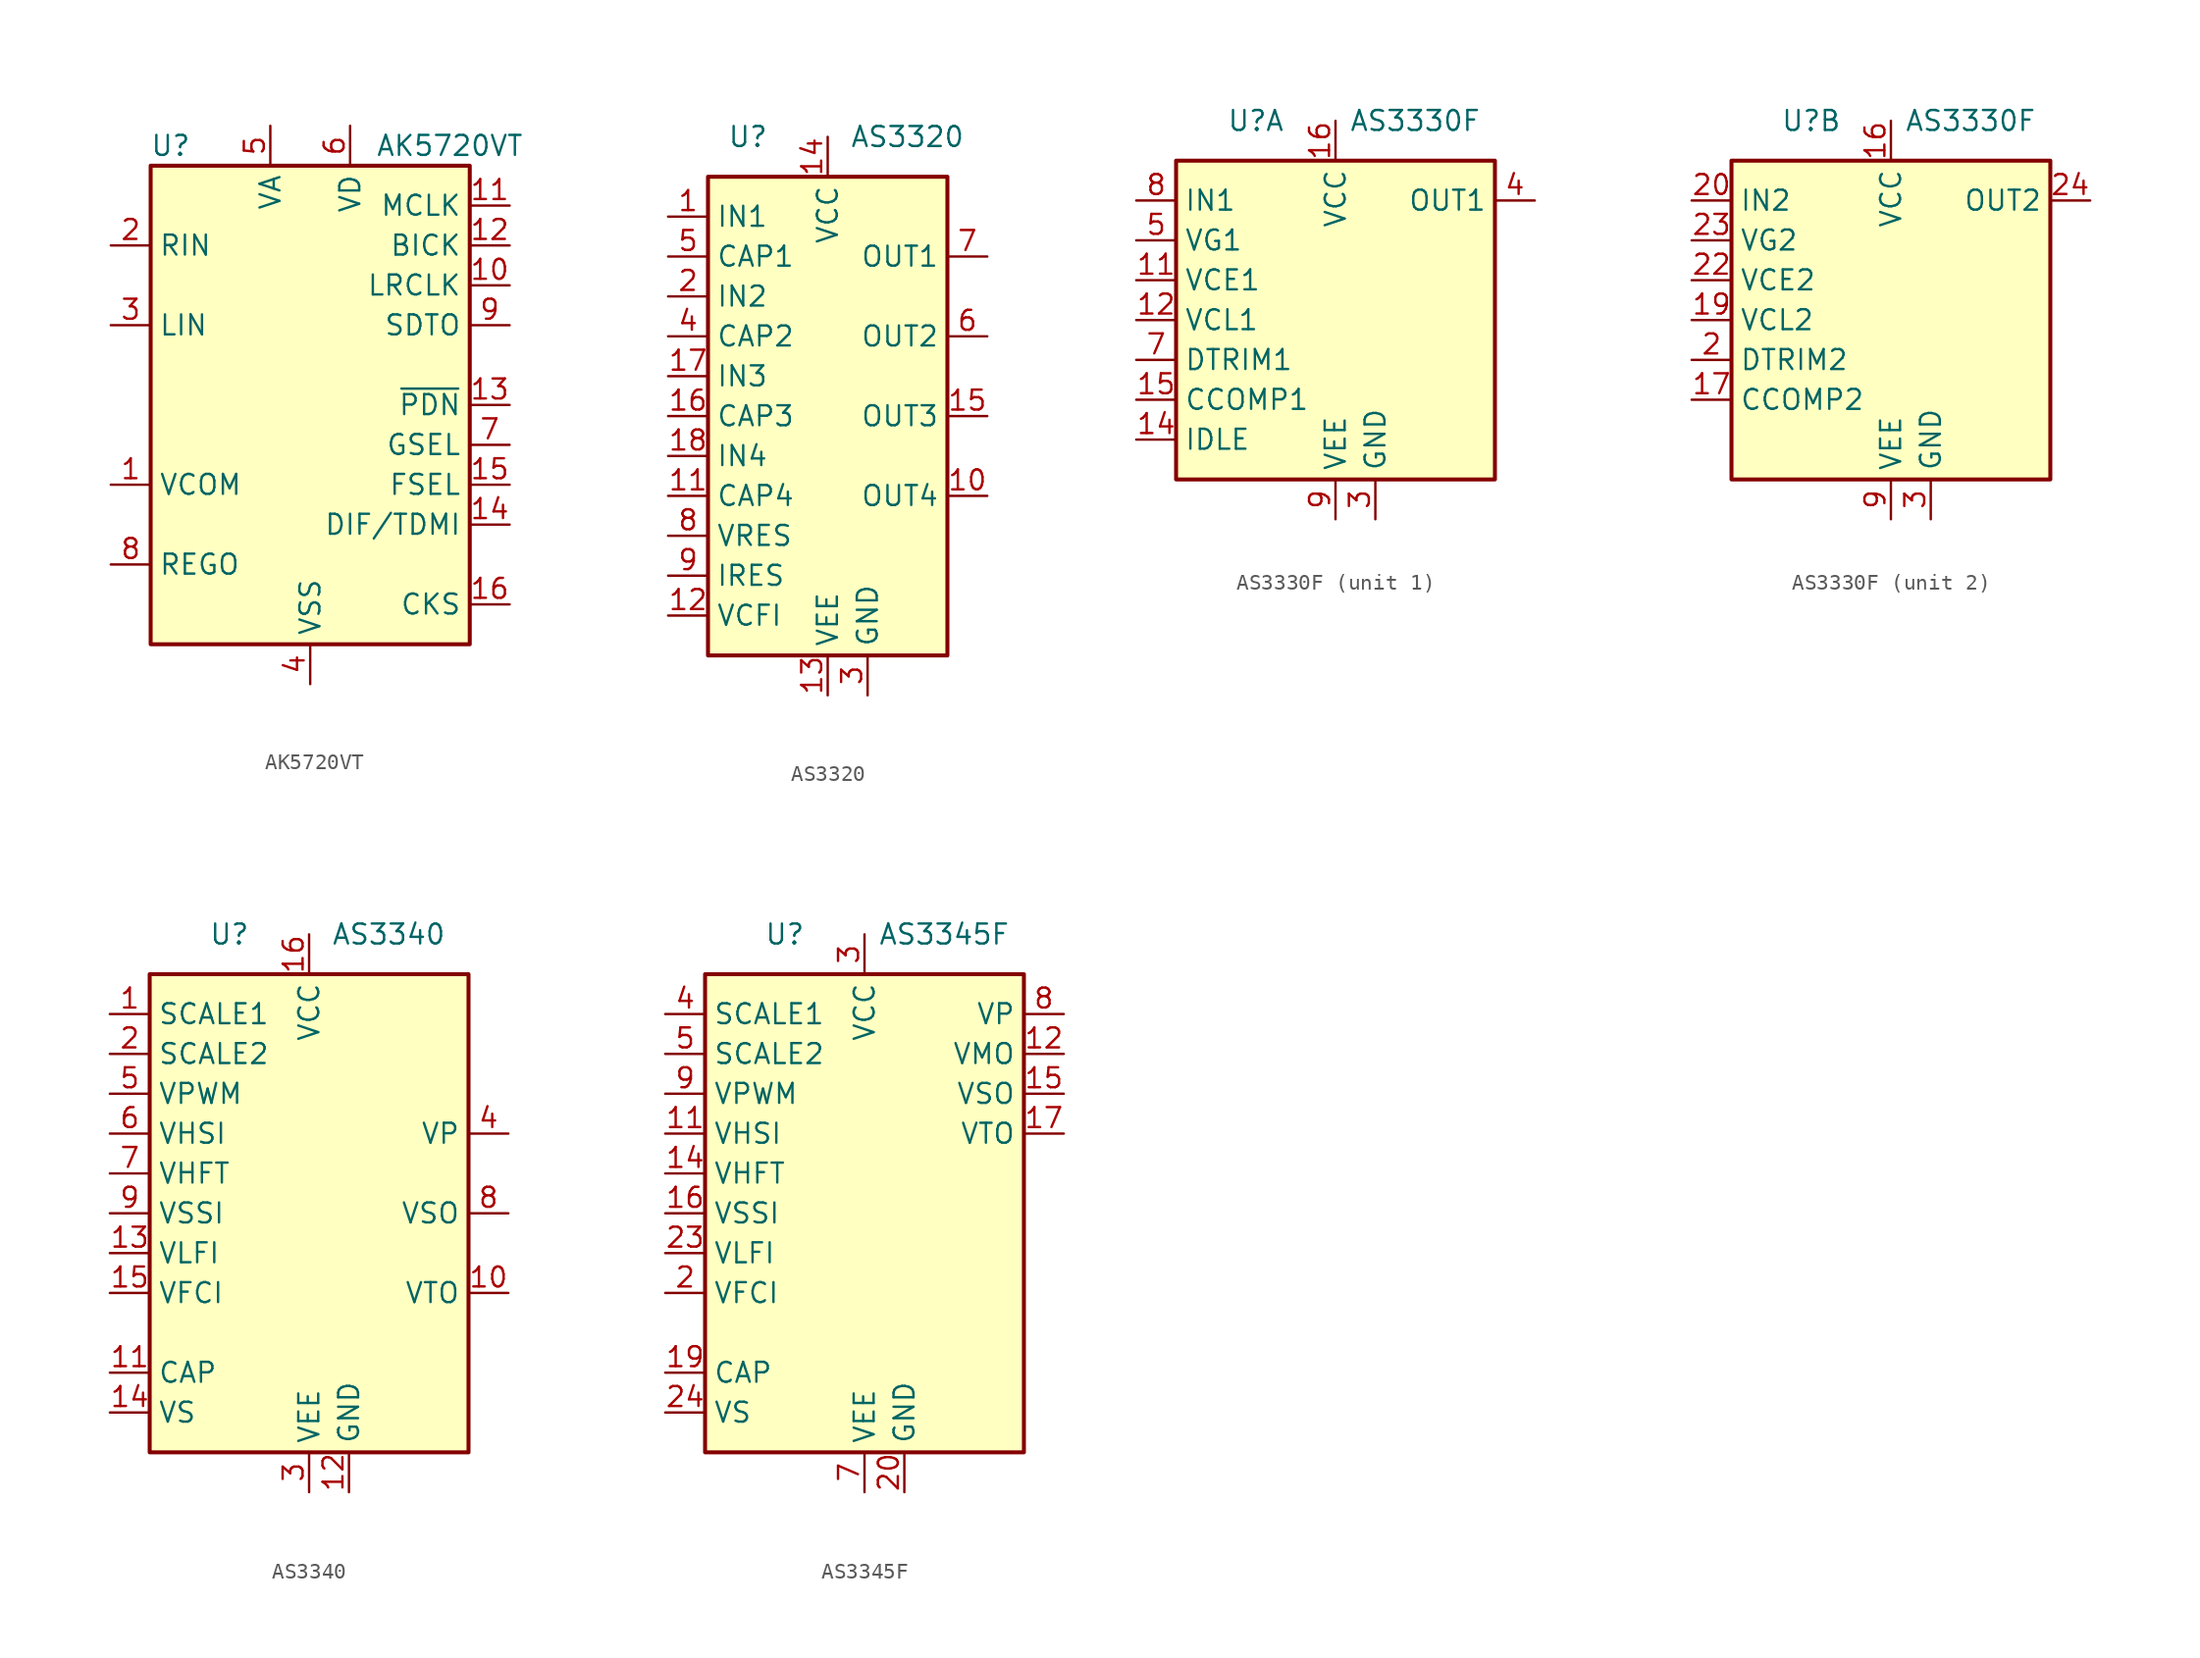
<source format=kicad_sym>
(kicad_symbol_lib
  (version 20201005)
  (generator kicad_symbol_editor)
  (symbol "AK5720VT"
    (property "Reference" "U"
      (at -8.89 16.51 0)
      (effects (font (size 1.27 1.27))))
    (property "Value" "AK5720VT"
      (at 8.89 16.51 0)
      (effects (font (size 1.27 1.27))))
    (symbol "AK5720VT_0_1"
      (rectangle (start -10.16 15.24) (end 10.16 -15.24) (stroke (width 0.254)) (fill (type background))))
    (symbol "AK5720VT_1_1"
      (pin passive line (at -12.7 -5.08 0) (length 2.54) (name "VCOM" (effects (font (size 1.27 1.27)))) (number "1" (effects (font (size 1.27 1.27)))))
      (pin bidirectional line (at 12.7 7.62 180) (length 2.54) (name "LRCLK" (effects (font (size 1.27 1.27)))) (number "10" (effects (font (size 1.27 1.27)))))
      (pin input line (at 12.7 12.7 180) (length 2.54) (name "MCLK" (effects (font (size 1.27 1.27)))) (number "11" (effects (font (size 1.27 1.27)))))
      (pin bidirectional line (at 12.7 10.16 180) (length 2.54) (name "BICK" (effects (font (size 1.27 1.27)))) (number "12" (effects (font (size 1.27 1.27)))))
      (pin input line (at 12.7 0 180) (length 2.54) (name "~PDN" (effects (font (size 1.27 1.27)))) (number "13" (effects (font (size 1.27 1.27)))))
      (pin input line (at 12.7 -7.62 180) (length 2.54) (name "DIF/TDMI" (effects (font (size 1.27 1.27)))) (number "14" (effects (font (size 1.27 1.27)))))
      (pin input line (at 12.7 -5.08 180) (length 2.54) (name "FSEL" (effects (font (size 1.27 1.27)))) (number "15" (effects (font (size 1.27 1.27)))))
      (pin input line (at 12.7 -12.7 180) (length 2.54) (name "CKS" (effects (font (size 1.27 1.27)))) (number "16" (effects (font (size 1.27 1.27)))))
      (pin input line (at -12.7 10.16 0) (length 2.54) (name "RIN" (effects (font (size 1.27 1.27)))) (number "2" (effects (font (size 1.27 1.27)))))
      (pin input line (at -12.7 5.08 0) (length 2.54) (name "LIN" (effects (font (size 1.27 1.27)))) (number "3" (effects (font (size 1.27 1.27)))))
      (pin power_in line (at 0 -17.78 90) (length 2.54) (name "VSS" (effects (font (size 1.27 1.27)))) (number "4" (effects (font (size 1.27 1.27)))))
      (pin power_in line (at -2.54 17.78 270) (length 2.54) (name "VA" (effects (font (size 1.27 1.27)))) (number "5" (effects (font (size 1.27 1.27)))))
      (pin power_in line (at 2.54 17.78 270) (length 2.54) (name "VD" (effects (font (size 1.27 1.27)))) (number "6" (effects (font (size 1.27 1.27)))))
      (pin input line (at 12.7 -2.54 180) (length 2.54) (name "GSEL" (effects (font (size 1.27 1.27)))) (number "7" (effects (font (size 1.27 1.27)))))
      (pin passive line (at -12.7 -10.16 0) (length 2.54) (name "REGO" (effects (font (size 1.27 1.27)))) (number "8" (effects (font (size 1.27 1.27)))))
      (pin output line (at 12.7 5.08 180) (length 2.54) (name "SDTO" (effects (font (size 1.27 1.27)))) (number "9" (effects (font (size 1.27 1.27)))))))
  (symbol "AS3320"
    (property "Reference" "U"
      (at -5.08 17.78 0)
      (effects (font (size 1.27 1.27))))
    (property "Value" "AS3320"
      (at 5.08 17.78 0)
      (effects (font (size 1.27 1.27))))
    (symbol "AS3320_0_1"
      (rectangle (start -7.62 15.24) (end 7.62 -15.24) (stroke (width 0.254)) (fill (type background))))
    (symbol "AS3320_1_1"
      (pin input line (at -10.16 12.7 0) (length 2.54) (name "IN1" (effects (font (size 1.27 1.27)))) (number "1" (effects (font (size 1.27 1.27)))))
      (pin output line (at 10.16 -5.08 180) (length 2.54) (name "OUT4" (effects (font (size 1.27 1.27)))) (number "10" (effects (font (size 1.27 1.27)))))
      (pin passive line (at -10.16 -5.08 0) (length 2.54) (name "CAP4" (effects (font (size 1.27 1.27)))) (number "11" (effects (font (size 1.27 1.27)))))
      (pin input line (at -10.16 -12.7 0) (length 2.54) (name "VCFI" (effects (font (size 1.27 1.27)))) (number "12" (effects (font (size 1.27 1.27)))))
      (pin power_in line (at 0 -17.78 90) (length 2.54) (name "VEE" (effects (font (size 1.27 1.27)))) (number "13" (effects (font (size 1.27 1.27)))))
      (pin power_in line (at 0 17.78 270) (length 2.54) (name "VCC" (effects (font (size 1.27 1.27)))) (number "14" (effects (font (size 1.27 1.27)))))
      (pin output line (at 10.16 0 180) (length 2.54) (name "OUT3" (effects (font (size 1.27 1.27)))) (number "15" (effects (font (size 1.27 1.27)))))
      (pin passive line (at -10.16 0 0) (length 2.54) (name "CAP3" (effects (font (size 1.27 1.27)))) (number "16" (effects (font (size 1.27 1.27)))))
      (pin input line (at -10.16 2.54 0) (length 2.54) (name "IN3" (effects (font (size 1.27 1.27)))) (number "17" (effects (font (size 1.27 1.27)))))
      (pin input line (at -10.16 -2.54 0) (length 2.54) (name "IN4" (effects (font (size 1.27 1.27)))) (number "18" (effects (font (size 1.27 1.27)))))
      (pin input line (at -10.16 7.62 0) (length 2.54) (name "IN2" (effects (font (size 1.27 1.27)))) (number "2" (effects (font (size 1.27 1.27)))))
      (pin power_in line (at 2.54 -17.78 90) (length 2.54) (name "GND" (effects (font (size 1.27 1.27)))) (number "3" (effects (font (size 1.27 1.27)))))
      (pin passive line (at -10.16 5.08 0) (length 2.54) (name "CAP2" (effects (font (size 1.27 1.27)))) (number "4" (effects (font (size 1.27 1.27)))))
      (pin passive line (at -10.16 10.16 0) (length 2.54) (name "CAP1" (effects (font (size 1.27 1.27)))) (number "5" (effects (font (size 1.27 1.27)))))
      (pin output line (at 10.16 5.08 180) (length 2.54) (name "OUT2" (effects (font (size 1.27 1.27)))) (number "6" (effects (font (size 1.27 1.27)))))
      (pin output line (at 10.16 10.16 180) (length 2.54) (name "OUT1" (effects (font (size 1.27 1.27)))) (number "7" (effects (font (size 1.27 1.27)))))
      (pin input line (at -10.16 -7.62 0) (length 2.54) (name "VRES" (effects (font (size 1.27 1.27)))) (number "8" (effects (font (size 1.27 1.27)))))
      (pin input line (at -10.16 -10.16 0) (length 2.54) (name "IRES" (effects (font (size 1.27 1.27)))) (number "9" (effects (font (size 1.27 1.27)))))))
  (symbol "AS3330F"
    (property "Reference" "U"
      (at -5.08 12.7 0)
      (effects (font (size 1.27 1.27))))
    (property "Value" "AS3330F"
      (at 5.08 12.7 0)
      (effects (font (size 1.27 1.27))))
    (symbol "AS3330F_0_1"
      (rectangle (start -10.16 10.16) (end 10.16 -10.16) (stroke (width 0.254)) (fill (type background)))
      (pin power_in line (at 0 12.7 270) (length 2.54) (name "VCC" (effects (font (size 1.27 1.27)))) (number "16" (effects (font (size 1.27 1.27)))))
      (pin power_in line (at 2.54 -12.7 90) (length 2.54) (name "GND" (effects (font (size 1.27 1.27)))) (number "3" (effects (font (size 1.27 1.27)))))
      (pin power_in line (at 0 -12.7 90) (length 2.54) (name "VEE" (effects (font (size 1.27 1.27)))) (number "9" (effects (font (size 1.27 1.27))))))
    (symbol "AS3330F_1_1"
      (pin no_connect line (at 10.16 5.08 180) (length 2.54) hide (name "NC" (effects (font (size 1.27 1.27)))) (number "1" (effects (font (size 1.27 1.27)))))
      (pin no_connect line (at 10.16 0 180) (length 2.54) hide (name "NC" (effects (font (size 1.27 1.27)))) (number "10" (effects (font (size 1.27 1.27)))))
      (pin input line (at -12.7 2.54 0) (length 2.54) (name "VCE1" (effects (font (size 1.27 1.27)))) (number "11" (effects (font (size 1.27 1.27)))))
      (pin input line (at -12.7 0 0) (length 2.54) (name "VCL1" (effects (font (size 1.27 1.27)))) (number "12" (effects (font (size 1.27 1.27)))))
      (pin no_connect line (at 10.16 -2.54 180) (length 2.54) hide (name "NC" (effects (font (size 1.27 1.27)))) (number "13" (effects (font (size 1.27 1.27)))))
      (pin passive line (at -12.7 -7.62 0) (length 2.54) (name "IDLE" (effects (font (size 1.27 1.27)))) (number "14" (effects (font (size 1.27 1.27)))))
      (pin passive line (at -12.7 -5.08 0) (length 2.54) (name "CCOMP1" (effects (font (size 1.27 1.27)))) (number "15" (effects (font (size 1.27 1.27)))))
      (pin no_connect line (at 10.16 -5.08 180) (length 2.54) hide (name "NC" (effects (font (size 1.27 1.27)))) (number "18" (effects (font (size 1.27 1.27)))))
      (pin no_connect line (at 10.16 -7.62 180) (length 2.54) hide (name "NC" (effects (font (size 1.27 1.27)))) (number "21" (effects (font (size 1.27 1.27)))))
      (pin output line (at 12.7 7.62 180) (length 2.54) (name "OUT1" (effects (font (size 1.27 1.27)))) (number "4" (effects (font (size 1.27 1.27)))))
      (pin input line (at -12.7 5.08 0) (length 2.54) (name "VG1" (effects (font (size 1.27 1.27)))) (number "5" (effects (font (size 1.27 1.27)))))
      (pin no_connect line (at 10.16 2.54 180) (length 2.54) hide (name "NC" (effects (font (size 1.27 1.27)))) (number "6" (effects (font (size 1.27 1.27)))))
      (pin passive line (at -12.7 -2.54 0) (length 2.54) (name "DTRIM1" (effects (font (size 1.27 1.27)))) (number "7" (effects (font (size 1.27 1.27)))))
      (pin input line (at -12.7 7.62 0) (length 2.54) (name "IN1" (effects (font (size 1.27 1.27)))) (number "8" (effects (font (size 1.27 1.27))))))
    (symbol "AS3330F_2_1"
      (pin passive line (at -12.7 -5.08 0) (length 2.54) (name "CCOMP2" (effects (font (size 1.27 1.27)))) (number "17" (effects (font (size 1.27 1.27)))))
      (pin input line (at -12.7 0 0) (length 2.54) (name "VCL2" (effects (font (size 1.27 1.27)))) (number "19" (effects (font (size 1.27 1.27)))))
      (pin passive line (at -12.7 -2.54 0) (length 2.54) (name "DTRIM2" (effects (font (size 1.27 1.27)))) (number "2" (effects (font (size 1.27 1.27)))))
      (pin input line (at -12.7 7.62 0) (length 2.54) (name "IN2" (effects (font (size 1.27 1.27)))) (number "20" (effects (font (size 1.27 1.27)))))
      (pin input line (at -12.7 2.54 0) (length 2.54) (name "VCE2" (effects (font (size 1.27 1.27)))) (number "22" (effects (font (size 1.27 1.27)))))
      (pin input line (at -12.7 5.08 0) (length 2.54) (name "VG2" (effects (font (size 1.27 1.27)))) (number "23" (effects (font (size 1.27 1.27)))))
      (pin output line (at 12.7 7.62 180) (length 2.54) (name "OUT2" (effects (font (size 1.27 1.27)))) (number "24" (effects (font (size 1.27 1.27)))))))
  (symbol "AS3340"
    (property "Reference" "U"
      (at -5.08 17.78 0)
      (effects (font (size 1.27 1.27))))
    (property "Value" "AS3340"
      (at 5.08 17.78 0)
      (effects (font (size 1.27 1.27))))
    (symbol "AS3340_0_1"
      (rectangle (start -10.16 15.24) (end 10.16 -15.24) (stroke (width 0.254)) (fill (type background))))
    (symbol "AS3340_1_1"
      (pin input line (at -12.7 12.7 0) (length 2.54) (name "SCALE1" (effects (font (size 1.27 1.27)))) (number "1" (effects (font (size 1.27 1.27)))))
      (pin output line (at 12.7 -5.08 180) (length 2.54) (name "VTO" (effects (font (size 1.27 1.27)))) (number "10" (effects (font (size 1.27 1.27)))))
      (pin passive line (at -12.7 -10.16 0) (length 2.54) (name "CAP" (effects (font (size 1.27 1.27)))) (number "11" (effects (font (size 1.27 1.27)))))
      (pin power_in line (at 2.54 -17.78 90) (length 2.54) (name "GND" (effects (font (size 1.27 1.27)))) (number "12" (effects (font (size 1.27 1.27)))))
      (pin input line (at -12.7 -2.54 0) (length 2.54) (name "VLFI" (effects (font (size 1.27 1.27)))) (number "13" (effects (font (size 1.27 1.27)))))
      (pin passive line (at -12.7 -12.7 0) (length 2.54) (name "VS" (effects (font (size 1.27 1.27)))) (number "14" (effects (font (size 1.27 1.27)))))
      (pin input line (at -12.7 -5.08 0) (length 2.54) (name "VFCI" (effects (font (size 1.27 1.27)))) (number "15" (effects (font (size 1.27 1.27)))))
      (pin power_in line (at 0 17.78 270) (length 2.54) (name "VCC" (effects (font (size 1.27 1.27)))) (number "16" (effects (font (size 1.27 1.27)))))
      (pin input line (at -12.7 10.16 0) (length 2.54) (name "SCALE2" (effects (font (size 1.27 1.27)))) (number "2" (effects (font (size 1.27 1.27)))))
      (pin power_in line (at 0 -17.78 90) (length 2.54) (name "VEE" (effects (font (size 1.27 1.27)))) (number "3" (effects (font (size 1.27 1.27)))))
      (pin output line (at 12.7 5.08 180) (length 2.54) (name "VP" (effects (font (size 1.27 1.27)))) (number "4" (effects (font (size 1.27 1.27)))))
      (pin input line (at -12.7 7.62 0) (length 2.54) (name "VPWM" (effects (font (size 1.27 1.27)))) (number "5" (effects (font (size 1.27 1.27)))))
      (pin input line (at -12.7 5.08 0) (length 2.54) (name "VHSI" (effects (font (size 1.27 1.27)))) (number "6" (effects (font (size 1.27 1.27)))))
      (pin input line (at -12.7 2.54 0) (length 2.54) (name "VHFT" (effects (font (size 1.27 1.27)))) (number "7" (effects (font (size 1.27 1.27)))))
      (pin output line (at 12.7 0 180) (length 2.54) (name "VSO" (effects (font (size 1.27 1.27)))) (number "8" (effects (font (size 1.27 1.27)))))
      (pin input line (at -12.7 0 0) (length 2.54) (name "VSSI" (effects (font (size 1.27 1.27)))) (number "9" (effects (font (size 1.27 1.27)))))))
  (symbol "AS3345F"
    (property "Reference" "U"
      (at -5.08 17.78 0)
      (effects (font (size 1.27 1.27))))
    (property "Value" "AS3345F"
      (at 5.08 17.78 0)
      (effects (font (size 1.27 1.27))))
    (symbol "AS3345F_0_1"
      (rectangle (start -10.16 15.24) (end 10.16 -15.24) (stroke (width 0.254)) (fill (type background))))
    (symbol "AS3345F_1_1"
      (pin no_connect line (at 10.16 0 180) (length 2.54) hide (name "NC" (effects (font (size 1.27 1.27)))) (number "1" (effects (font (size 1.27 1.27)))))
      (pin no_connect line (at 10.16 -5.08 180) (length 2.54) hide (name "NC" (effects (font (size 1.27 1.27)))) (number "10" (effects (font (size 1.27 1.27)))))
      (pin input line (at -12.7 5.08 0) (length 2.54) (name "VHSI" (effects (font (size 1.27 1.27)))) (number "11" (effects (font (size 1.27 1.27)))))
      (pin output line (at 12.7 10.16 180) (length 2.54) (name "VMO" (effects (font (size 1.27 1.27)))) (number "12" (effects (font (size 1.27 1.27)))))
      (pin no_connect line (at 10.16 -7.62 180) (length 2.54) hide (name "NC" (effects (font (size 1.27 1.27)))) (number "13" (effects (font (size 1.27 1.27)))))
      (pin input line (at -12.7 2.54 0) (length 2.54) (name "VHFT" (effects (font (size 1.27 1.27)))) (number "14" (effects (font (size 1.27 1.27)))))
      (pin output line (at 12.7 7.62 180) (length 2.54) (name "VSO" (effects (font (size 1.27 1.27)))) (number "15" (effects (font (size 1.27 1.27)))))
      (pin input line (at -12.7 0 0) (length 2.54) (name "VSSI" (effects (font (size 1.27 1.27)))) (number "16" (effects (font (size 1.27 1.27)))))
      (pin output line (at 12.7 5.08 180) (length 2.54) (name "VTO" (effects (font (size 1.27 1.27)))) (number "17" (effects (font (size 1.27 1.27)))))
      (pin no_connect line (at 10.16 -10.16 180) (length 2.54) hide (name "NC" (effects (font (size 1.27 1.27)))) (number "18" (effects (font (size 1.27 1.27)))))
      (pin passive line (at -12.7 -10.16 0) (length 2.54) (name "CAP" (effects (font (size 1.27 1.27)))) (number "19" (effects (font (size 1.27 1.27)))))
      (pin input line (at -12.7 -5.08 0) (length 2.54) (name "VFCI" (effects (font (size 1.27 1.27)))) (number "2" (effects (font (size 1.27 1.27)))))
      (pin power_in line (at 2.54 -17.78 90) (length 2.54) (name "GND" (effects (font (size 1.27 1.27)))) (number "20" (effects (font (size 1.27 1.27)))))
      (pin no_connect line (at 10.16 -12.7 180) (length 2.54) hide (name "NC" (effects (font (size 1.27 1.27)))) (number "21" (effects (font (size 1.27 1.27)))))
      (pin passive line (at 2.54 -17.78 90) (length 2.54) hide (name "GND" (effects (font (size 1.27 1.27)))) (number "22" (effects (font (size 1.27 1.27)))))
      (pin input line (at -12.7 -2.54 0) (length 2.54) (name "VLFI" (effects (font (size 1.27 1.27)))) (number "23" (effects (font (size 1.27 1.27)))))
      (pin passive line (at -12.7 -12.7 0) (length 2.54) (name "VS" (effects (font (size 1.27 1.27)))) (number "24" (effects (font (size 1.27 1.27)))))
      (pin power_in line (at 0 17.78 270) (length 2.54) (name "VCC" (effects (font (size 1.27 1.27)))) (number "3" (effects (font (size 1.27 1.27)))))
      (pin input line (at -12.7 12.7 0) (length 2.54) (name "SCALE1" (effects (font (size 1.27 1.27)))) (number "4" (effects (font (size 1.27 1.27)))))
      (pin input line (at -12.7 10.16 0) (length 2.54) (name "SCALE2" (effects (font (size 1.27 1.27)))) (number "5" (effects (font (size 1.27 1.27)))))
      (pin no_connect line (at 10.16 -2.54 180) (length 2.54) hide (name "NC" (effects (font (size 1.27 1.27)))) (number "6" (effects (font (size 1.27 1.27)))))
      (pin power_in line (at 0 -17.78 90) (length 2.54) (name "VEE" (effects (font (size 1.27 1.27)))) (number "7" (effects (font (size 1.27 1.27)))))
      (pin output line (at 12.7 12.7 180) (length 2.54) (name "VP" (effects (font (size 1.27 1.27)))) (number "8" (effects (font (size 1.27 1.27)))))
      (pin input line (at -12.7 7.62 0) (length 2.54) (name "VPWM" (effects (font (size 1.27 1.27)))) (number "9" (effects (font (size 1.27 1.27))))))))
</source>
